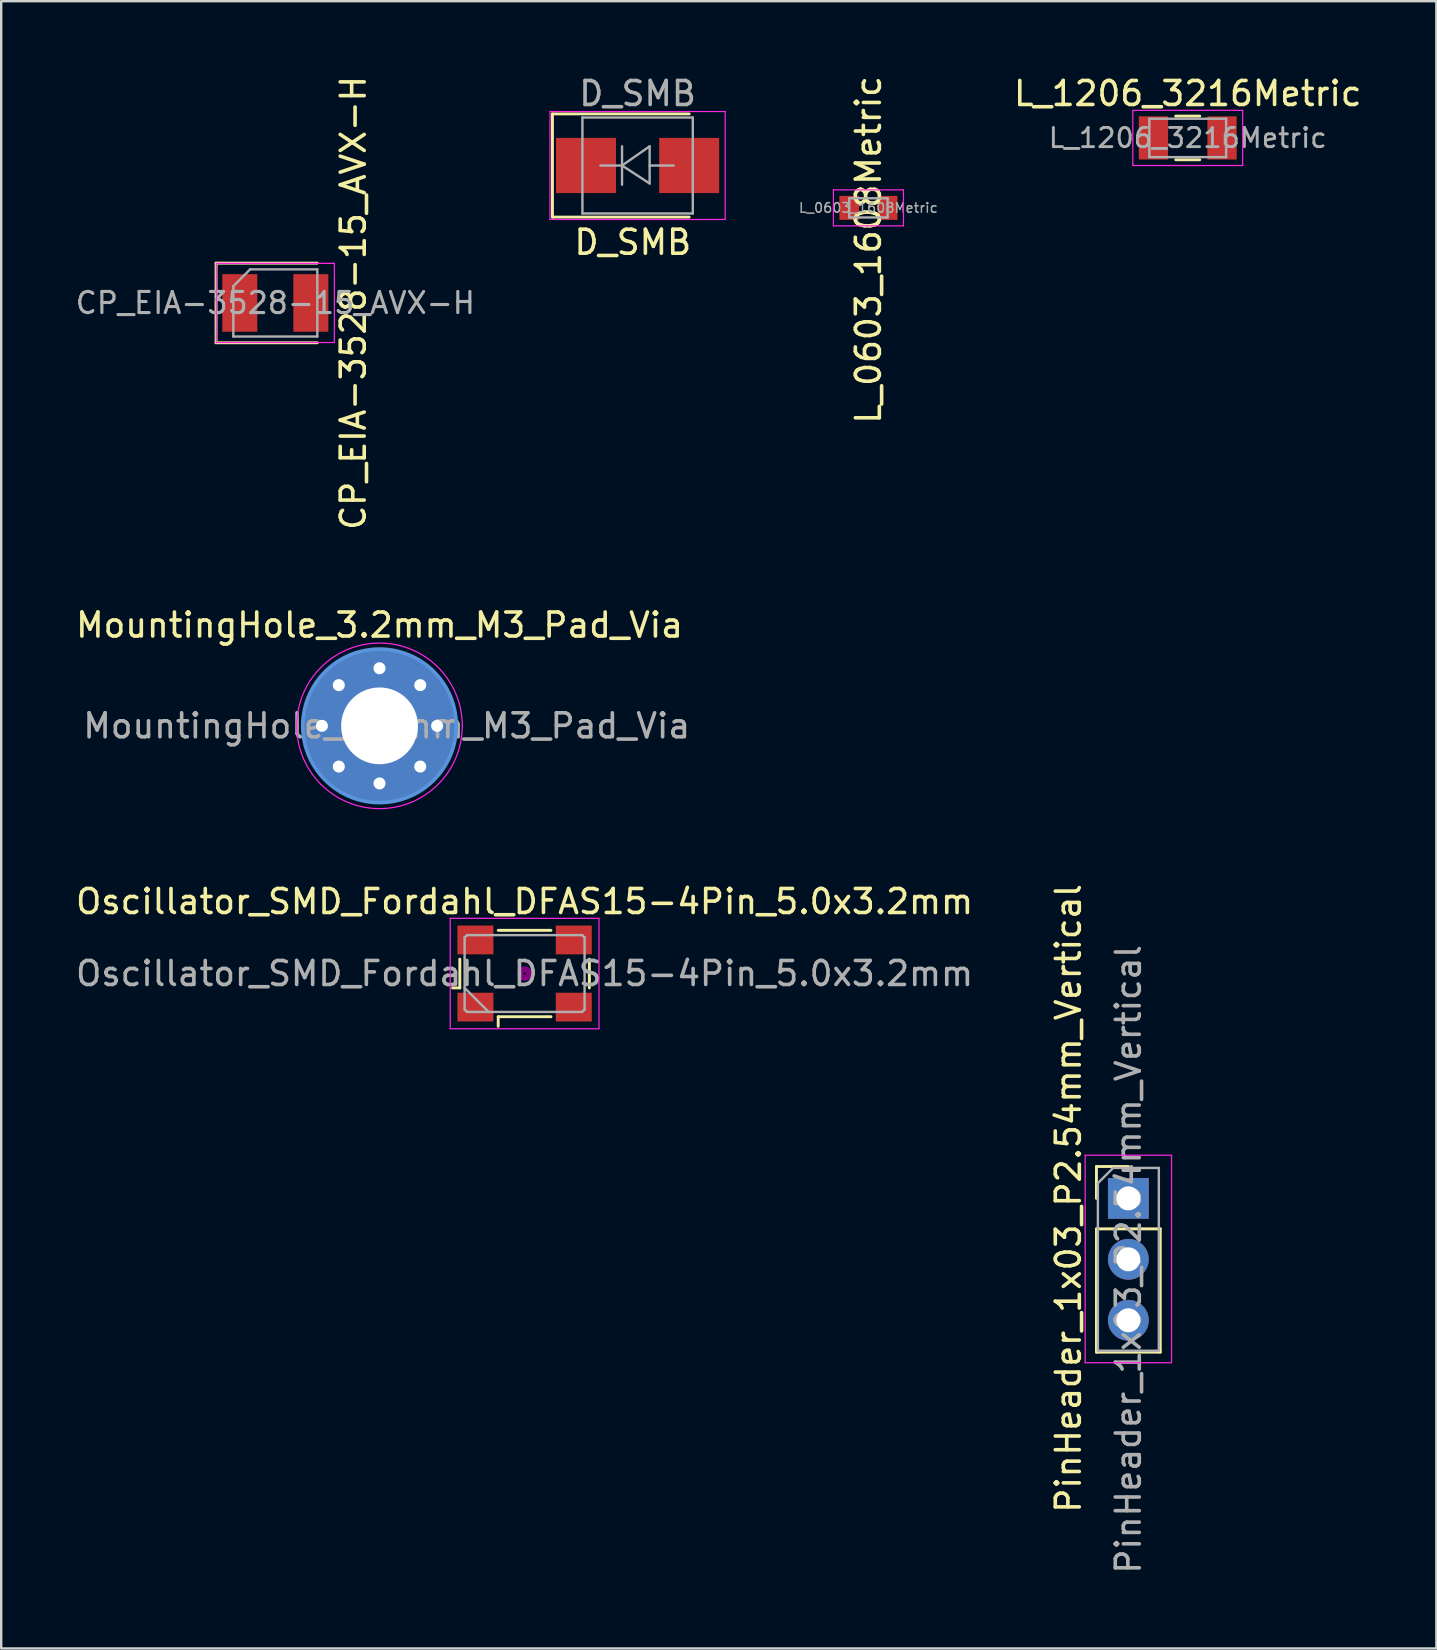
<source format=kicad_pcb>
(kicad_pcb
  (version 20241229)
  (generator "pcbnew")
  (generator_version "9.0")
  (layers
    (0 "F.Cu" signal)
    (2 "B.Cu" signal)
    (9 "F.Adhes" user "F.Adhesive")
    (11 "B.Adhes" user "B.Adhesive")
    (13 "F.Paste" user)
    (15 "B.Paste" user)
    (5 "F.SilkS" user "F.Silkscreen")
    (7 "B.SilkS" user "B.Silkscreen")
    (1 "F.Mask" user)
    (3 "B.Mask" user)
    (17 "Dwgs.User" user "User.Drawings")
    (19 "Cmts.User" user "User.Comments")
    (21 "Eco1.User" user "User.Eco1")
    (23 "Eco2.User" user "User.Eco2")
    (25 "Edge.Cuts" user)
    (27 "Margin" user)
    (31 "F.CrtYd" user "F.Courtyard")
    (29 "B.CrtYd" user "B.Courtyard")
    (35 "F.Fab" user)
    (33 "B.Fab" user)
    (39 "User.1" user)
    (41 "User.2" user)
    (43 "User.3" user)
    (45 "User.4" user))
  (footprint "L_1206_3216Metric"
    (layer "F.Cu")
    (at 46.454 2.698)
    (property "Reference" "L_1206_3216Metric" (at 0 -1.85 0) (layer "F.SilkS") (effects (font (size 1 1) (thickness 0.15))))
    (attr smd)
    (fp_line (start -0.5 -0.91) (end 0.5 -0.91) (stroke (width 0.12) (type solid)) (layer "F.SilkS"))
    (fp_line (start -0.5 0.91) (end 0.5 0.91) (stroke (width 0.12) (type solid)) (layer "F.SilkS"))
    (fp_line (start -2.29 -1.15) (end 2.29 -1.15) (stroke (width 0.05) (type solid)) (layer "F.CrtYd"))
    (fp_line (start -2.29 1.15) (end -2.29 -1.15) (stroke (width 0.05) (type solid)) (layer "F.CrtYd"))
    (fp_line (start 2.29 -1.15) (end 2.29 1.15) (stroke (width 0.05) (type solid)) (layer "F.CrtYd"))
    (fp_line (start 2.29 1.15) (end -2.29 1.15) (stroke (width 0.05) (type solid)) (layer "F.CrtYd"))
    (fp_line (start -1.6 -0.8) (end 1.6 -0.8) (stroke (width 0.1) (type solid)) (layer "F.Fab"))
    (fp_line (start -1.6 0.8) (end -1.6 -0.8) (stroke (width 0.1) (type solid)) (layer "F.Fab"))
    (fp_line (start 1.6 -0.8) (end 1.6 0.8) (stroke (width 0.1) (type solid)) (layer "F.Fab"))
    (fp_line (start 1.6 0.8) (end -1.6 0.8) (stroke (width 0.1) (type solid)) (layer "F.Fab"))
    (fp_text user "${REFERENCE}" (at 0 0 0) (layer "F.Fab") (effects (font (size 0.8 0.8) (thickness 0.12))))
    (pad "1" smd rect (at -1.43 0) (size 1.22 1.8) (layers "F.Cu" "F.Mask" "F.Paste"))
    (pad "2" smd rect (at 1.43 0) (size 1.22 1.8) (layers "F.Cu" "F.Mask" "F.Paste")))
  (footprint "MountingHole_3.2mm_M3_Pad_Via"
    (layer "F.Cu")
    (at 12.768 27.203)
    (property "Reference" "MountingHole_3.2mm_M3_Pad_Via" (at 0 -4.2 0) (layer "F.SilkS") (effects (font (size 1 1) (thickness 0.15))))
    (attr exclude_from_pos_files exclude_from_bom)
    (fp_circle (center 0 0) (end 3.2 0) (stroke (width 0.15) (type solid)) (fill no) (layer "Cmts.User"))
    (fp_circle (center 0 0) (end 3.45 0) (stroke (width 0.05) (type solid)) (fill no) (layer "F.CrtYd"))
    (fp_text user "${REFERENCE}" (at 0.3 0 0) (layer "F.Fab") (effects (font (size 1 1) (thickness 0.15))))
    (pad "1" thru_hole circle (at -2.4 0) (size 0.8 0.8) (drill 0.5) (layers "*.Cu" "*.Mask"))
    (pad "1" thru_hole circle (at -1.697 -1.697) (size 0.8 0.8) (drill 0.5) (layers "*.Cu" "*.Mask"))
    (pad "1" thru_hole circle (at -1.697 1.697) (size 0.8 0.8) (drill 0.5) (layers "*.Cu" "*.Mask"))
    (pad "1" thru_hole circle (at 0 -2.4) (size 0.8 0.8) (drill 0.5) (layers "*.Cu" "*.Mask"))
    (pad "1" thru_hole circle (at 0 0) (size 6.4 6.4) (drill 3.2) (layers "*.Cu" "*.Mask"))
    (pad "1" thru_hole circle (at 0 2.4) (size 0.8 0.8) (drill 0.5) (layers "*.Cu" "*.Mask"))
    (pad "1" thru_hole circle (at 1.697 -1.697) (size 0.8 0.8) (drill 0.5) (layers "*.Cu" "*.Mask"))
    (pad "1" thru_hole circle (at 1.697 1.697) (size 0.8 0.8) (drill 0.5) (layers "*.Cu" "*.Mask"))
    (pad "1" thru_hole circle (at 2.4 0) (size 0.8 0.8) (drill 0.5) (layers "*.Cu" "*.Mask")))
  (footprint "CP_EIA-3528-15_AVX-H"
    (layer "F.Cu")
    (at 8.425 9.577)
    (property "Reference" "CP_EIA-3528-15_AVX-H" (at 3.25 0 270) (layer "F.SilkS") (effects (font (size 1 1) (thickness 0.15))))
    (attr smd)
    (fp_line (start -2.47 -1.66) (end -2.47 1.66) (stroke (width 0.12) (type solid)) (layer "F.SilkS"))
    (fp_line (start -2.47 1.66) (end 1.75 1.66) (stroke (width 0.12) (type solid)) (layer "F.SilkS"))
    (fp_line (start 1.75 -1.66) (end -2.47 -1.66) (stroke (width 0.12) (type solid)) (layer "F.SilkS"))
    (fp_line (start -2.46 -1.65) (end 2.46 -1.65) (stroke (width 0.05) (type solid)) (layer "F.CrtYd"))
    (fp_line (start -2.46 1.65) (end -2.46 -1.65) (stroke (width 0.05) (type solid)) (layer "F.CrtYd"))
    (fp_line (start 2.46 -1.65) (end 2.46 1.65) (stroke (width 0.05) (type solid)) (layer "F.CrtYd"))
    (fp_line (start 2.46 1.65) (end -2.46 1.65) (stroke (width 0.05) (type solid)) (layer "F.CrtYd"))
    (fp_line (start -1.75 -0.7) (end -1.75 1.4) (stroke (width 0.1) (type solid)) (layer "F.Fab"))
    (fp_line (start -1.75 1.4) (end 1.75 1.4) (stroke (width 0.1) (type solid)) (layer "F.Fab"))
    (fp_line (start -1.05 -1.4) (end -1.75 -0.7) (stroke (width 0.1) (type solid)) (layer "F.Fab"))
    (fp_line (start 1.75 -1.4) (end -1.05 -1.4) (stroke (width 0.1) (type solid)) (layer "F.Fab"))
    (fp_line (start 1.75 1.4) (end 1.75 -1.4) (stroke (width 0.1) (type solid)) (layer "F.Fab"))
    (fp_text user "${REFERENCE}" (at 0 0 0) (layer "F.Fab") (effects (font (size 0.88 0.88) (thickness 0.13))))
    (pad "1" smd rect (at -1.48 0) (size 1.46 2.4) (layers "F.Cu" "F.Mask" "F.Paste"))
    (pad "2" smd rect (at 1.48 0) (size 1.46 2.4) (layers "F.Cu" "F.Mask" "F.Paste")))
  (footprint "PinHeader_1x03_P2.54mm_Vertical"
    (layer "F.Cu")
    (at 43.979 46.898)
    (property "Reference" "PinHeader_1x03_P2.54mm_Vertical" (at -2.5 0 90) (layer "F.SilkS") (effects (font (size 1 1) (thickness 0.15))))
    (attr through_hole)
    (fp_line (start -1.33 -1.33) (end 0 -1.33) (stroke (width 0.12) (type solid)) (layer "F.SilkS"))
    (fp_line (start -1.33 0) (end -1.33 -1.33) (stroke (width 0.12) (type solid)) (layer "F.SilkS"))
    (fp_line (start -1.33 1.27) (end -1.33 6.41) (stroke (width 0.12) (type solid)) (layer "F.SilkS"))
    (fp_line (start -1.33 1.27) (end 1.33 1.27) (stroke (width 0.12) (type solid)) (layer "F.SilkS"))
    (fp_line (start -1.33 6.41) (end 1.33 6.41) (stroke (width 0.12) (type solid)) (layer "F.SilkS"))
    (fp_line (start 1.33 1.27) (end 1.33 6.41) (stroke (width 0.12) (type solid)) (layer "F.SilkS"))
    (fp_line (start -1.8 -1.8) (end -1.8 6.85) (stroke (width 0.05) (type solid)) (layer "F.CrtYd"))
    (fp_line (start -1.8 6.85) (end 1.8 6.85) (stroke (width 0.05) (type solid)) (layer "F.CrtYd"))
    (fp_line (start 1.8 -1.8) (end -1.8 -1.8) (stroke (width 0.05) (type solid)) (layer "F.CrtYd"))
    (fp_line (start 1.8 6.85) (end 1.8 -1.8) (stroke (width 0.05) (type solid)) (layer "F.CrtYd"))
    (fp_line (start -1.27 -0.635) (end -0.635 -1.27) (stroke (width 0.1) (type solid)) (layer "F.Fab"))
    (fp_line (start -1.27 6.35) (end -1.27 -0.635) (stroke (width 0.1) (type solid)) (layer "F.Fab"))
    (fp_line (start -0.635 -1.27) (end 1.27 -1.27) (stroke (width 0.1) (type solid)) (layer "F.Fab"))
    (fp_line (start 1.27 -1.27) (end 1.27 6.35) (stroke (width 0.1) (type solid)) (layer "F.Fab"))
    (fp_line (start 1.27 6.35) (end -1.27 6.35) (stroke (width 0.1) (type solid)) (layer "F.Fab"))
    (fp_text user "${REFERENCE}" (at 0 2.54 90) (layer "F.Fab") (effects (font (size 1 1) (thickness 0.15))))
    (pad "1" thru_hole rect (at 0 0) (size 1.7 1.7) (drill 1) (layers "*.Cu" "*.Mask"))
    (pad "2" thru_hole oval (at 0 2.54) (size 1.7 1.7) (drill 1) (layers "*.Cu" "*.Mask"))
    (pad "3" thru_hole oval (at 0 5.08) (size 1.7 1.7) (drill 1) (layers "*.Cu" "*.Mask")))
  (footprint "Oscillator_SMD_Fordahl_DFAS15-4Pin_5.0x3.2mm"
    (layer "F.Cu")
    (at 18.815 37.526)
    (property "Reference" "Oscillator_SMD_Fordahl_DFAS15-4Pin_5.0x3.2mm" (at 0 -3 0) (layer "F.SilkS") (effects (font (size 1 1) (thickness 0.15))))
    (attr smd)
    (fp_line (start -3 0.6) (end -2.7 0.6) (stroke (width 0.12) (type solid)) (layer "F.SilkS"))
    (fp_line (start -2.7 0.6) (end -2.7 -0.6) (stroke (width 0.12) (type solid)) (layer "F.SilkS"))
    (fp_line (start -1.1 -1.8) (end 1.1 -1.8) (stroke (width 0.12) (type solid)) (layer "F.SilkS"))
    (fp_line (start -1.1 1.8) (end -1.1 2.2) (stroke (width 0.12) (type solid)) (layer "F.SilkS"))
    (fp_line (start 1.1 1.8) (end -1.1 1.8) (stroke (width 0.12) (type solid)) (layer "F.SilkS"))
    (fp_line (start 2.7 -0.6) (end 2.7 0.6) (stroke (width 0.12) (type solid)) (layer "F.SilkS"))
    (fp_circle (center 0 0) (end 0.058 0) (stroke (width 0.117) (type solid)) (fill no) (layer "F.Adhes"))
    (fp_circle (center 0 0) (end 0.133 0) (stroke (width 0.083) (type solid)) (fill no) (layer "F.Adhes"))
    (fp_circle (center 0 0) (end 0.208 0) (stroke (width 0.083) (type solid)) (fill no) (layer "F.Adhes"))
    (fp_circle (center 0 0) (end 0.25 0) (stroke (width 0.1) (type solid)) (fill no) (layer "F.Adhes"))
    (fp_line (start -3.1 -2.3) (end -3.1 2.3) (stroke (width 0.05) (type solid)) (layer "F.CrtYd"))
    (fp_line (start -3.1 2.3) (end 3.1 2.3) (stroke (width 0.05) (type solid)) (layer "F.CrtYd"))
    (fp_line (start 3.1 -2.3) (end -3.1 -2.3) (stroke (width 0.05) (type solid)) (layer "F.CrtYd"))
    (fp_line (start 3.1 2.3) (end 3.1 -2.3) (stroke (width 0.05) (type solid)) (layer "F.CrtYd"))
    (fp_line (start -2.5 -1.5) (end -2.4 -1.6) (stroke (width 0.1) (type solid)) (layer "F.Fab"))
    (fp_line (start -2.5 0.6) (end -1.5 1.6) (stroke (width 0.1) (type solid)) (layer "F.Fab"))
    (fp_line (start -2.5 1.5) (end -2.5 -1.5) (stroke (width 0.1) (type solid)) (layer "F.Fab"))
    (fp_line (start -2.4 -1.6) (end 2.4 -1.6) (stroke (width 0.1) (type solid)) (layer "F.Fab"))
    (fp_line (start -2.4 1.6) (end -2.5 1.5) (stroke (width 0.1) (type solid)) (layer "F.Fab"))
    (fp_line (start 2.4 -1.6) (end 2.5 -1.5) (stroke (width 0.1) (type solid)) (layer "F.Fab"))
    (fp_line (start 2.4 1.6) (end -2.4 1.6) (stroke (width 0.1) (type solid)) (layer "F.Fab"))
    (fp_line (start 2.5 -1.5) (end 2.5 1.5) (stroke (width 0.1) (type solid)) (layer "F.Fab"))
    (fp_line (start 2.5 1.5) (end 2.4 1.6) (stroke (width 0.1) (type solid)) (layer "F.Fab"))
    (fp_text user "${REFERENCE}" (at 0 0 0) (layer "F.Fab") (effects (font (size 1 1) (thickness 0.15))))
    (pad "1" smd rect (at -2.05 1.4) (size 1.5 1.2) (layers "F.Cu" "F.Mask" "F.Paste"))
    (pad "2" smd rect (at 2.05 1.4) (size 1.5 1.2) (layers "F.Cu" "F.Mask" "F.Paste"))
    (pad "3" smd rect (at 2.05 -1.4) (size 1.5 1.2) (layers "F.Cu" "F.Mask" "F.Paste"))
    (pad "4" smd rect (at -2.05 -1.4) (size 1.5 1.2) (layers "F.Cu" "F.Mask" "F.Paste")))
  (footprint "D_SMB"
    (layer "F.Cu")
    (at 23.525 3.848)
    (property "Reference" "D_SMB" (at -0.2 3.2 0) (layer "F.SilkS") (effects (font (size 1 1) (thickness 0.15))))
    (attr smd)
    (fp_line (start -3.55 -2.15) (end -3.55 2.15) (stroke (width 0.12) (type solid)) (layer "F.SilkS"))
    (fp_line (start -3.55 -2.15) (end 2.15 -2.15) (stroke (width 0.12) (type solid)) (layer "F.SilkS"))
    (fp_line (start -3.55 2.15) (end 2.15 2.15) (stroke (width 0.12) (type solid)) (layer "F.SilkS"))
    (fp_line (start -3.65 -2.25) (end 3.65 -2.25) (stroke (width 0.05) (type solid)) (layer "F.CrtYd"))
    (fp_line (start -3.65 2.25) (end -3.65 -2.25) (stroke (width 0.05) (type solid)) (layer "F.CrtYd"))
    (fp_line (start 3.65 -2.25) (end 3.65 2.25) (stroke (width 0.05) (type solid)) (layer "F.CrtYd"))
    (fp_line (start 3.65 2.25) (end -3.65 2.25) (stroke (width 0.05) (type solid)) (layer "F.CrtYd"))
    (fp_line (start -2.3 2) (end -2.3 -2) (stroke (width 0.1) (type solid)) (layer "F.Fab"))
    (fp_line (start -0.649 -0.799) (end -0.649 0.801) (stroke (width 0.1) (type solid)) (layer "F.Fab"))
    (fp_line (start -0.649 0.001) (end -1.551 0.001) (stroke (width 0.1) (type solid)) (layer "F.Fab"))
    (fp_line (start -0.649 0.001) (end 0.501 -0.799) (stroke (width 0.1) (type solid)) (layer "F.Fab"))
    (fp_line (start -0.649 0.001) (end 0.501 0.75) (stroke (width 0.1) (type solid)) (layer "F.Fab"))
    (fp_line (start 0.501 0.001) (end 1.499 0.001) (stroke (width 0.1) (type solid)) (layer "F.Fab"))
    (fp_line (start 0.501 0.75) (end 0.501 -0.799) (stroke (width 0.1) (type solid)) (layer "F.Fab"))
    (fp_line (start 2.3 -2) (end -2.3 -2) (stroke (width 0.1) (type solid)) (layer "F.Fab"))
    (fp_line (start 2.3 -2) (end 2.3 2) (stroke (width 0.1) (type solid)) (layer "F.Fab"))
    (fp_line (start 2.3 2) (end -2.3 2) (stroke (width 0.1) (type solid)) (layer "F.Fab"))
    (fp_text user "${REFERENCE}" (at 0 -3 0) (layer "F.Fab") (effects (font (size 1 1) (thickness 0.15))))
    (pad "1" smd rect (at -2.15 0) (size 2.5 2.3) (layers "F.Cu" "F.Mask" "F.Paste"))
    (pad "2" smd rect (at 2.15 0) (size 2.5 2.3) (layers "F.Cu" "F.Mask" "F.Paste")))
  (footprint "L_0603_1608Metric"
    (layer "F.Cu")
    (at 33.145 5.613)
    (property "Reference" "L_0603_1608Metric" (at 0 1.75 90) (layer "F.SilkS") (effects (font (size 1 1) (thickness 0.15))))
    (attr smd)
    (fp_line (start -1.46 -0.75) (end 1.46 -0.75) (stroke (width 0.05) (type solid)) (layer "F.CrtYd"))
    (fp_line (start -1.46 0.75) (end -1.46 -0.75) (stroke (width 0.05) (type solid)) (layer "F.CrtYd"))
    (fp_line (start 1.46 -0.75) (end 1.46 0.75) (stroke (width 0.05) (type solid)) (layer "F.CrtYd"))
    (fp_line (start 1.46 0.75) (end -1.46 0.75) (stroke (width 0.05) (type solid)) (layer "F.CrtYd"))
    (fp_line (start -0.8 -0.4) (end 0.8 -0.4) (stroke (width 0.1) (type solid)) (layer "F.Fab"))
    (fp_line (start -0.8 0.4) (end -0.8 -0.4) (stroke (width 0.1) (type solid)) (layer "F.Fab"))
    (fp_line (start 0.8 -0.4) (end 0.8 0.4) (stroke (width 0.1) (type solid)) (layer "F.Fab"))
    (fp_line (start 0.8 0.4) (end -0.8 0.4) (stroke (width 0.1) (type solid)) (layer "F.Fab"))
    (fp_text user "${REFERENCE}" (at 0 0 0) (layer "F.Fab") (effects (font (size 0.4 0.4) (thickness 0.06))))
    (pad "1" smd rect (at -0.8 0) (size 0.82 1) (layers "F.Cu" "F.Mask" "F.Paste"))
    (pad "2" smd rect (at 0.8 0) (size 0.82 1) (layers "F.Cu" "F.Mask" "F.Paste")))
  (gr_rect
    (start -3 -3)
    (end 56.817 65.658)
    (stroke (width 0.1) (type default))
    (fill no)
    (layer "Edge.Cuts")))
</source>
